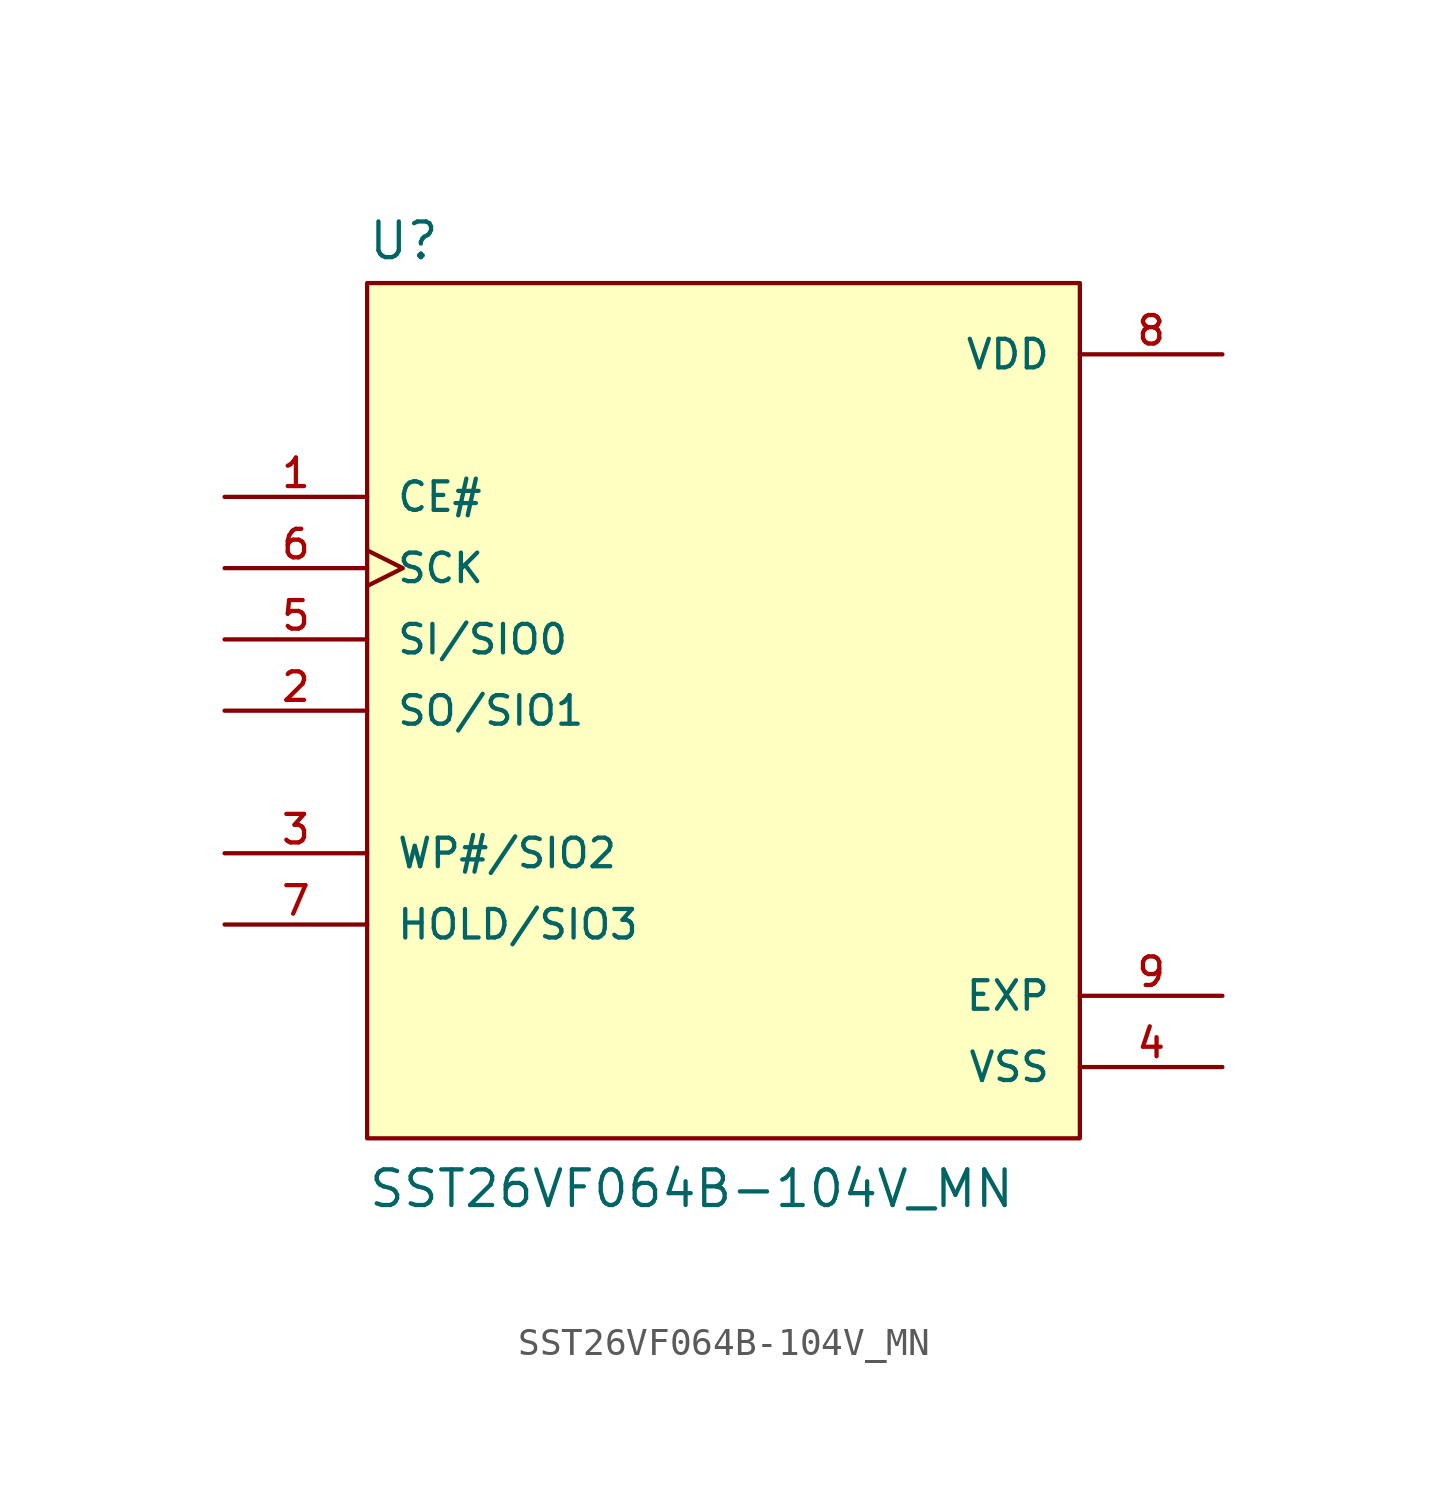
<source format=kicad_sym>
(kicad_symbol_lib
  (version 20211014)
  (generator kicad_symbol_editor)
  (symbol "SST26VF064B-104V_MN"
    (pin_names
      (offset 1.016))
    (property "Reference" "U"
      (at -12.7 16.002 0)
      (effects (font (size 1.27 1.27)) (justify bottom left)))
    (property "Value" "SST26VF064B-104V_MN"
      (at -12.7 -17.78 0)
      (effects (font (size 1.27 1.27)) (justify bottom left)))
    (symbol "SST26VF064B-104V_MN_0_0"
      (rectangle (start -12.7 -15.24) (end 12.7 15.24) (stroke (width 0.152)) (fill (type background)))
      (pin input line (at -17.78 7.62 0) (length 5.08) (name "CE#" (effects (font (size 1.016 1.016)))) (number "1" (effects (font (size 1.016 1.016)))))
      (pin bidirectional line (at -17.78 -5.08 0) (length 5.08) (name "WP#/SIO2" (effects (font (size 1.016 1.016)))) (number "3" (effects (font (size 1.016 1.016)))))
      (pin bidirectional line (at -17.78 0.0 0) (length 5.08) (name "SO/SIO1" (effects (font (size 1.016 1.016)))) (number "2" (effects (font (size 1.016 1.016)))))
      (pin power_in line (at 17.78 -12.7 180.0) (length 5.08) (name "VSS" (effects (font (size 1.016 1.016)))) (number "4" (effects (font (size 1.016 1.016)))))
      (pin power_in line (at 17.78 12.7 180.0) (length 5.08) (name "VDD" (effects (font (size 1.016 1.016)))) (number "8" (effects (font (size 1.016 1.016)))))
      (pin bidirectional line (at -17.78 -7.62 0) (length 5.08) (name "HOLD/SIO3" (effects (font (size 1.016 1.016)))) (number "7" (effects (font (size 1.016 1.016)))))
      (pin input clock (at -17.78 5.08 0) (length 5.08) (name "SCK" (effects (font (size 1.016 1.016)))) (number "6" (effects (font (size 1.016 1.016)))))
      (pin bidirectional line (at -17.78 2.54 0) (length 5.08) (name "SI/SIO0" (effects (font (size 1.016 1.016)))) (number "5" (effects (font (size 1.016 1.016)))))
      (pin passive line (at 17.78 -10.16 180.0) (length 5.08) (name "EXP" (effects (font (size 1.016 1.016)))) (number "9" (effects (font (size 1.016 1.016))))))))
</source>
